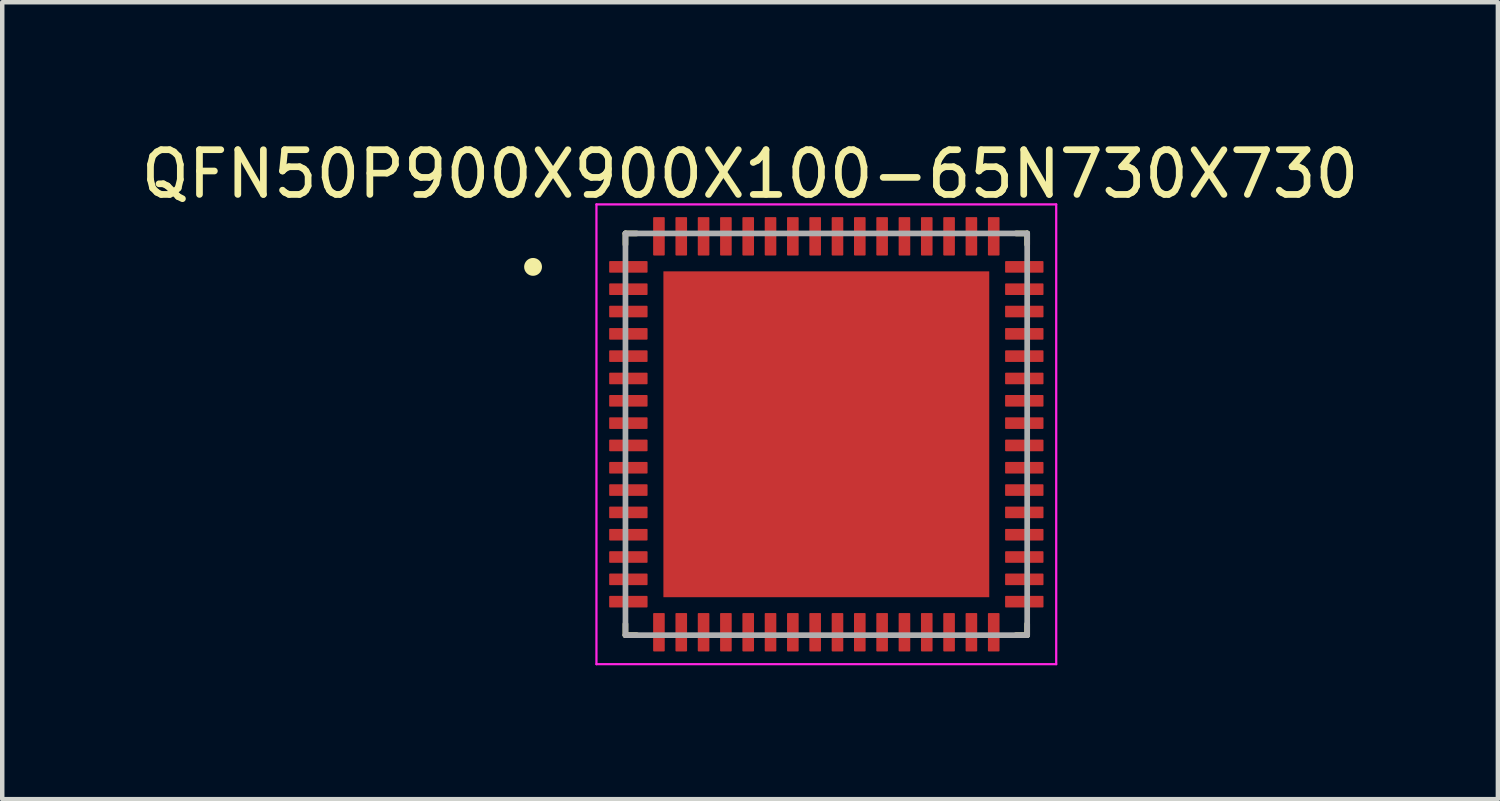
<source format=kicad_pcb>
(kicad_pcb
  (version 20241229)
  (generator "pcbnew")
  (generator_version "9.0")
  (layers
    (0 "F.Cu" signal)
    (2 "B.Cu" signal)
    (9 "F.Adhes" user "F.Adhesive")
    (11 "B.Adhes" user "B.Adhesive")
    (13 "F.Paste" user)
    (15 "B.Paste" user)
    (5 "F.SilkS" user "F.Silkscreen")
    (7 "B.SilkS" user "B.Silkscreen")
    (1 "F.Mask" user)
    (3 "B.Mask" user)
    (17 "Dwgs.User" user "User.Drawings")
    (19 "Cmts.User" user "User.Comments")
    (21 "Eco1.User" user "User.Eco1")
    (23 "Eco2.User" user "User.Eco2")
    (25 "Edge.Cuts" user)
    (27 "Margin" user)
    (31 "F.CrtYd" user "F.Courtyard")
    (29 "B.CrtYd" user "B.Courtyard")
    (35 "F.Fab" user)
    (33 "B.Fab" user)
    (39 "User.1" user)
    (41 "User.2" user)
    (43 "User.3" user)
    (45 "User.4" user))
  (footprint "QFN50P900X900X100-65N730X730"
    (layer "F.Cu")
    (at 15.462 6.679)
    (property "Reference" "QFN50P900X900X100-65N730X730" (at -1.709 -5.829 0) (layer "F.SilkS") (effects (font (size 1.002 1.002) (thickness 0.15))))
    (attr smd)
    (fp_line (start -4.5 -4.5) (end -4.25 -4.5) (stroke (width 0.127) (type solid)) (layer "F.SilkS"))
    (fp_line (start -4.5 -4.25) (end -4.5 -4.5) (stroke (width 0.127) (type solid)) (layer "F.SilkS"))
    (fp_line (start -4.5 4.5) (end -4.5 4.25) (stroke (width 0.127) (type solid)) (layer "F.SilkS"))
    (fp_line (start -4.25 4.5) (end -4.5 4.5) (stroke (width 0.127) (type solid)) (layer "F.SilkS"))
    (fp_line (start 4.25 -4.5) (end 4.5 -4.5) (stroke (width 0.127) (type solid)) (layer "F.SilkS"))
    (fp_line (start 4.5 -4.5) (end 4.5 -4.25) (stroke (width 0.127) (type solid)) (layer "F.SilkS"))
    (fp_line (start 4.5 4.25) (end 4.5 4.5) (stroke (width 0.127) (type solid)) (layer "F.SilkS"))
    (fp_line (start 4.5 4.5) (end 4.25 4.5) (stroke (width 0.127) (type solid)) (layer "F.SilkS"))
    (fp_circle (center -6.57 -3.75) (end -6.47 -3.75) (stroke (width 0.2) (type solid)) (fill no) (layer "F.SilkS"))
    (fp_poly (pts (xy -3.126 1.56) (xy -1.56 1.56) (xy -1.56 3.126) (xy -3.126 3.126)) (stroke (width 0.01) (type solid)) (fill yes) (layer "F.Paste"))
    (fp_poly (pts (xy -3.125 -3.12) (xy -1.56 -3.12) (xy -1.56 -1.563) (xy -3.125 -1.563)) (stroke (width 0.01) (type solid)) (fill yes) (layer "F.Paste"))
    (fp_poly (pts (xy -3.124 -0.78) (xy -1.56 -0.78) (xy -1.56 0.781) (xy -3.124 0.781)) (stroke (width 0.01) (type solid)) (fill yes) (layer "F.Paste"))
    (fp_poly (pts (xy -0.783 -3.12) (xy 0.78 -3.12) (xy 0.78 -1.566) (xy -0.783 -1.566)) (stroke (width 0.01) (type solid)) (fill yes) (layer "F.Paste"))
    (fp_poly (pts (xy -0.783 -0.78) (xy 0.78 -0.78) (xy 0.78 0.783) (xy -0.783 0.783)) (stroke (width 0.01) (type solid)) (fill yes) (layer "F.Paste"))
    (fp_poly (pts (xy -0.782 1.56) (xy 0.78 1.56) (xy 0.78 3.128) (xy -0.782 3.128)) (stroke (width 0.01) (type solid)) (fill yes) (layer "F.Paste"))
    (fp_poly (pts (xy 1.565 1.56) (xy 3.12 1.56) (xy 3.12 3.129) (xy 1.565 3.129)) (stroke (width 0.01) (type solid)) (fill yes) (layer "F.Paste"))
    (fp_poly (pts (xy 1.565 -0.78) (xy 3.12 -0.78) (xy 3.12 0.782) (xy 1.565 0.782)) (stroke (width 0.01) (type solid)) (fill yes) (layer "F.Paste"))
    (fp_poly (pts (xy 1.566 -3.12) (xy 3.12 -3.12) (xy 3.12 -1.566) (xy 1.566 -1.566)) (stroke (width 0.01) (type solid)) (fill yes) (layer "F.Paste"))
    (fp_line (start -5.15 -5.15) (end 5.15 -5.15) (stroke (width 0.05) (type solid)) (layer "F.CrtYd"))
    (fp_line (start -5.15 5.15) (end -5.15 -5.15) (stroke (width 0.05) (type solid)) (layer "F.CrtYd"))
    (fp_line (start 5.15 -5.15) (end 5.15 5.15) (stroke (width 0.05) (type solid)) (layer "F.CrtYd"))
    (fp_line (start 5.15 5.15) (end -5.15 5.15) (stroke (width 0.05) (type solid)) (layer "F.CrtYd"))
    (fp_line (start -4.5 -4.5) (end 4.5 -4.5) (stroke (width 0.127) (type solid)) (layer "F.Fab"))
    (fp_line (start -4.5 4.5) (end -4.5 -4.5) (stroke (width 0.127) (type solid)) (layer "F.Fab"))
    (fp_line (start 4.5 -4.5) (end 4.5 4.5) (stroke (width 0.127) (type solid)) (layer "F.Fab"))
    (fp_line (start 4.5 4.5) (end -4.5 4.5) (stroke (width 0.127) (type solid)) (layer "F.Fab"))
    (pad "1" smd roundrect (at -4.435 -3.75) (size 0.86 0.26) (layers "F.Cu" "F.Mask" "F.Paste") (roundrect_rratio 0.07))
    (pad "2" smd roundrect (at -4.435 -3.25) (size 0.86 0.26) (layers "F.Cu" "F.Mask" "F.Paste") (roundrect_rratio 0.07))
    (pad "3" smd roundrect (at -4.435 -2.75) (size 0.86 0.26) (layers "F.Cu" "F.Mask" "F.Paste") (roundrect_rratio 0.07))
    (pad "4" smd roundrect (at -4.435 -2.25) (size 0.86 0.26) (layers "F.Cu" "F.Mask" "F.Paste") (roundrect_rratio 0.07))
    (pad "5" smd roundrect (at -4.435 -1.75) (size 0.86 0.26) (layers "F.Cu" "F.Mask" "F.Paste") (roundrect_rratio 0.07))
    (pad "6" smd roundrect (at -4.435 -1.25) (size 0.86 0.26) (layers "F.Cu" "F.Mask" "F.Paste") (roundrect_rratio 0.07))
    (pad "7" smd roundrect (at -4.435 -0.75) (size 0.86 0.26) (layers "F.Cu" "F.Mask" "F.Paste") (roundrect_rratio 0.07))
    (pad "8" smd roundrect (at -4.435 -0.25) (size 0.86 0.26) (layers "F.Cu" "F.Mask" "F.Paste") (roundrect_rratio 0.07))
    (pad "9" smd roundrect (at -4.435 0.25) (size 0.86 0.26) (layers "F.Cu" "F.Mask" "F.Paste") (roundrect_rratio 0.07))
    (pad "10" smd roundrect (at -4.435 0.75) (size 0.86 0.26) (layers "F.Cu" "F.Mask" "F.Paste") (roundrect_rratio 0.07))
    (pad "11" smd roundrect (at -4.435 1.25) (size 0.86 0.26) (layers "F.Cu" "F.Mask" "F.Paste") (roundrect_rratio 0.07))
    (pad "12" smd roundrect (at -4.435 1.75) (size 0.86 0.26) (layers "F.Cu" "F.Mask" "F.Paste") (roundrect_rratio 0.07))
    (pad "13" smd roundrect (at -4.435 2.25) (size 0.86 0.26) (layers "F.Cu" "F.Mask" "F.Paste") (roundrect_rratio 0.07))
    (pad "14" smd roundrect (at -4.435 2.75) (size 0.86 0.26) (layers "F.Cu" "F.Mask" "F.Paste") (roundrect_rratio 0.07))
    (pad "15" smd roundrect (at -4.435 3.25) (size 0.86 0.26) (layers "F.Cu" "F.Mask" "F.Paste") (roundrect_rratio 0.07))
    (pad "16" smd roundrect (at -4.435 3.75) (size 0.86 0.26) (layers "F.Cu" "F.Mask" "F.Paste") (roundrect_rratio 0.07))
    (pad "17" smd roundrect (at -3.75 4.435 90) (size 0.86 0.26) (layers "F.Cu" "F.Mask" "F.Paste") (roundrect_rratio 0.07))
    (pad "18" smd roundrect (at -3.25 4.435 90) (size 0.86 0.26) (layers "F.Cu" "F.Mask" "F.Paste") (roundrect_rratio 0.07))
    (pad "19" smd roundrect (at -2.75 4.435 90) (size 0.86 0.26) (layers "F.Cu" "F.Mask" "F.Paste") (roundrect_rratio 0.07))
    (pad "20" smd roundrect (at -2.25 4.435 90) (size 0.86 0.26) (layers "F.Cu" "F.Mask" "F.Paste") (roundrect_rratio 0.07))
    (pad "21" smd roundrect (at -1.75 4.435 90) (size 0.86 0.26) (layers "F.Cu" "F.Mask" "F.Paste") (roundrect_rratio 0.07))
    (pad "22" smd roundrect (at -1.25 4.435 90) (size 0.86 0.26) (layers "F.Cu" "F.Mask" "F.Paste") (roundrect_rratio 0.07))
    (pad "23" smd roundrect (at -0.75 4.435 90) (size 0.86 0.26) (layers "F.Cu" "F.Mask" "F.Paste") (roundrect_rratio 0.07))
    (pad "24" smd roundrect (at -0.25 4.435 90) (size 0.86 0.26) (layers "F.Cu" "F.Mask" "F.Paste") (roundrect_rratio 0.07))
    (pad "25" smd roundrect (at 0.25 4.435 90) (size 0.86 0.26) (layers "F.Cu" "F.Mask" "F.Paste") (roundrect_rratio 0.07))
    (pad "26" smd roundrect (at 0.75 4.435 90) (size 0.86 0.26) (layers "F.Cu" "F.Mask" "F.Paste") (roundrect_rratio 0.07))
    (pad "27" smd roundrect (at 1.25 4.435 90) (size 0.86 0.26) (layers "F.Cu" "F.Mask" "F.Paste") (roundrect_rratio 0.07))
    (pad "28" smd roundrect (at 1.75 4.435 90) (size 0.86 0.26) (layers "F.Cu" "F.Mask" "F.Paste") (roundrect_rratio 0.07))
    (pad "29" smd roundrect (at 2.25 4.435 90) (size 0.86 0.26) (layers "F.Cu" "F.Mask" "F.Paste") (roundrect_rratio 0.07))
    (pad "30" smd roundrect (at 2.75 4.435 90) (size 0.86 0.26) (layers "F.Cu" "F.Mask" "F.Paste") (roundrect_rratio 0.07))
    (pad "31" smd roundrect (at 3.25 4.435 90) (size 0.86 0.26) (layers "F.Cu" "F.Mask" "F.Paste") (roundrect_rratio 0.07))
    (pad "32" smd roundrect (at 3.75 4.435 90) (size 0.86 0.26) (layers "F.Cu" "F.Mask" "F.Paste") (roundrect_rratio 0.07))
    (pad "33" smd roundrect (at 4.435 3.75 180) (size 0.86 0.26) (layers "F.Cu" "F.Mask" "F.Paste") (roundrect_rratio 0.07))
    (pad "34" smd roundrect (at 4.435 3.25 180) (size 0.86 0.26) (layers "F.Cu" "F.Mask" "F.Paste") (roundrect_rratio 0.07))
    (pad "35" smd roundrect (at 4.435 2.75 180) (size 0.86 0.26) (layers "F.Cu" "F.Mask" "F.Paste") (roundrect_rratio 0.07))
    (pad "36" smd roundrect (at 4.435 2.25 180) (size 0.86 0.26) (layers "F.Cu" "F.Mask" "F.Paste") (roundrect_rratio 0.07))
    (pad "37" smd roundrect (at 4.435 1.75 180) (size 0.86 0.26) (layers "F.Cu" "F.Mask" "F.Paste") (roundrect_rratio 0.07))
    (pad "38" smd roundrect (at 4.435 1.25 180) (size 0.86 0.26) (layers "F.Cu" "F.Mask" "F.Paste") (roundrect_rratio 0.07))
    (pad "39" smd roundrect (at 4.435 0.75 180) (size 0.86 0.26) (layers "F.Cu" "F.Mask" "F.Paste") (roundrect_rratio 0.07))
    (pad "40" smd roundrect (at 4.435 0.25 180) (size 0.86 0.26) (layers "F.Cu" "F.Mask" "F.Paste") (roundrect_rratio 0.07))
    (pad "41" smd roundrect (at 4.435 -0.25 180) (size 0.86 0.26) (layers "F.Cu" "F.Mask" "F.Paste") (roundrect_rratio 0.07))
    (pad "42" smd roundrect (at 4.435 -0.75 180) (size 0.86 0.26) (layers "F.Cu" "F.Mask" "F.Paste") (roundrect_rratio 0.07))
    (pad "43" smd roundrect (at 4.435 -1.25 180) (size 0.86 0.26) (layers "F.Cu" "F.Mask" "F.Paste") (roundrect_rratio 0.07))
    (pad "44" smd roundrect (at 4.435 -1.75 180) (size 0.86 0.26) (layers "F.Cu" "F.Mask" "F.Paste") (roundrect_rratio 0.07))
    (pad "45" smd roundrect (at 4.435 -2.25 180) (size 0.86 0.26) (layers "F.Cu" "F.Mask" "F.Paste") (roundrect_rratio 0.07))
    (pad "46" smd roundrect (at 4.435 -2.75 180) (size 0.86 0.26) (layers "F.Cu" "F.Mask" "F.Paste") (roundrect_rratio 0.07))
    (pad "47" smd roundrect (at 4.435 -3.25 180) (size 0.86 0.26) (layers "F.Cu" "F.Mask" "F.Paste") (roundrect_rratio 0.07))
    (pad "48" smd roundrect (at 4.435 -3.75 180) (size 0.86 0.26) (layers "F.Cu" "F.Mask" "F.Paste") (roundrect_rratio 0.07))
    (pad "49" smd roundrect (at 3.75 -4.435 270) (size 0.86 0.26) (layers "F.Cu" "F.Mask" "F.Paste") (roundrect_rratio 0.07))
    (pad "50" smd roundrect (at 3.25 -4.435 270) (size 0.86 0.26) (layers "F.Cu" "F.Mask" "F.Paste") (roundrect_rratio 0.07))
    (pad "51" smd roundrect (at 2.75 -4.435 270) (size 0.86 0.26) (layers "F.Cu" "F.Mask" "F.Paste") (roundrect_rratio 0.07))
    (pad "52" smd roundrect (at 2.25 -4.435 270) (size 0.86 0.26) (layers "F.Cu" "F.Mask" "F.Paste") (roundrect_rratio 0.07))
    (pad "53" smd roundrect (at 1.75 -4.435 270) (size 0.86 0.26) (layers "F.Cu" "F.Mask" "F.Paste") (roundrect_rratio 0.07))
    (pad "54" smd roundrect (at 1.25 -4.435 270) (size 0.86 0.26) (layers "F.Cu" "F.Mask" "F.Paste") (roundrect_rratio 0.07))
    (pad "55" smd roundrect (at 0.75 -4.435 270) (size 0.86 0.26) (layers "F.Cu" "F.Mask" "F.Paste") (roundrect_rratio 0.07))
    (pad "56" smd roundrect (at 0.25 -4.435 270) (size 0.86 0.26) (layers "F.Cu" "F.Mask" "F.Paste") (roundrect_rratio 0.07))
    (pad "57" smd roundrect (at -0.25 -4.435 270) (size 0.86 0.26) (layers "F.Cu" "F.Mask" "F.Paste") (roundrect_rratio 0.07))
    (pad "58" smd roundrect (at -0.75 -4.435 270) (size 0.86 0.26) (layers "F.Cu" "F.Mask" "F.Paste") (roundrect_rratio 0.07))
    (pad "59" smd roundrect (at -1.25 -4.435 270) (size 0.86 0.26) (layers "F.Cu" "F.Mask" "F.Paste") (roundrect_rratio 0.07))
    (pad "60" smd roundrect (at -1.75 -4.435 270) (size 0.86 0.26) (layers "F.Cu" "F.Mask" "F.Paste") (roundrect_rratio 0.07))
    (pad "61" smd roundrect (at -2.25 -4.435 270) (size 0.86 0.26) (layers "F.Cu" "F.Mask" "F.Paste") (roundrect_rratio 0.07))
    (pad "62" smd roundrect (at -2.75 -4.435 270) (size 0.86 0.26) (layers "F.Cu" "F.Mask" "F.Paste") (roundrect_rratio 0.07))
    (pad "63" smd roundrect (at -3.25 -4.435 270) (size 0.86 0.26) (layers "F.Cu" "F.Mask" "F.Paste") (roundrect_rratio 0.07))
    (pad "64" smd roundrect (at -3.75 -4.435 270) (size 0.86 0.26) (layers "F.Cu" "F.Mask" "F.Paste") (roundrect_rratio 0.07))
    (pad "65" smd rect (at 0 0) (size 7.3 7.3) (layers "F.Cu" "F.Mask")))
  (gr_rect
    (start -3 -3)
    (end 30.507 14.854)
    (stroke (width 0.1) (type default))
    (fill no)
    (layer "Edge.Cuts")))
</source>
